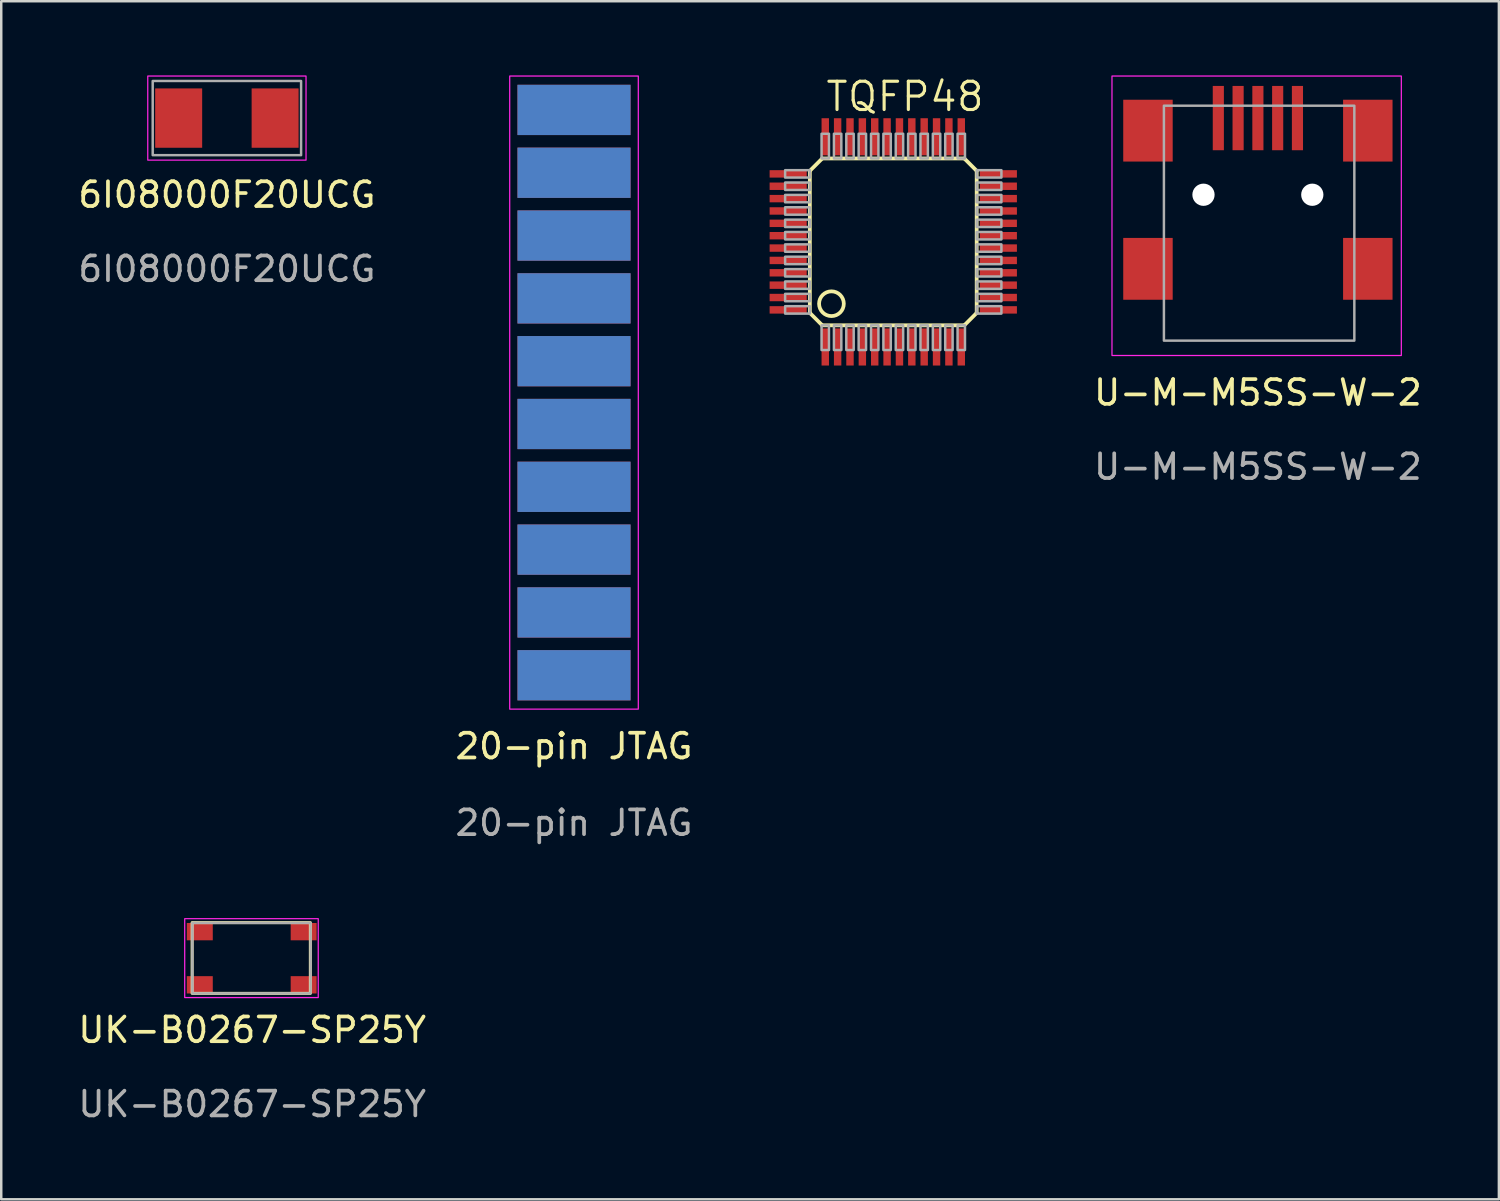
<source format=kicad_pcb>
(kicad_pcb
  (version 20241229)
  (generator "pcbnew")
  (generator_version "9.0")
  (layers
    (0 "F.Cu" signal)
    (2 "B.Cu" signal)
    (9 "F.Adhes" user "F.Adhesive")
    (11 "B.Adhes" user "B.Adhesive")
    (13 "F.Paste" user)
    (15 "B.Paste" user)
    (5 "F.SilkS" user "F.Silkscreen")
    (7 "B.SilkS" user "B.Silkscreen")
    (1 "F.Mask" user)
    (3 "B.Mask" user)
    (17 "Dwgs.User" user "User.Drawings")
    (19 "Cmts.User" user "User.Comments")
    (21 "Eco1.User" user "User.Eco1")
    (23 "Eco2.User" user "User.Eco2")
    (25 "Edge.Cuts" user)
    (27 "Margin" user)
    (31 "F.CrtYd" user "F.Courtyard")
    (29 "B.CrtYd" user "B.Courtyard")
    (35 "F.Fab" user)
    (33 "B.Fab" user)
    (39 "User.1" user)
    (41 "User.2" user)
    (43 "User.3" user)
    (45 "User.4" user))
  (footprint "U-M-M5SS-W-2"
    (layer "F.Cu")
    (at 47.815 1.725)
    (property "Reference" "U-M-M5SS-W-2" (at 0 11.1 0) (unlocked yes) (layer "F.SilkS") (effects (font (size 1 1) (thickness 0.15))))
    (attr smd)
    (fp_rect (start 5.8 9.6) (end -5.9 -1.7) (stroke (width 0.05) (type solid)) (fill no) (layer "F.CrtYd"))
    (fp_rect (start -3.8 -0.5) (end 3.9 9) (stroke (width 0.1) (type solid)) (fill no) (layer "F.Fab"))
    (fp_text user "${REFERENCE}" (at 0 14.1 0) (unlocked yes) (layer "F.Fab") (effects (font (size 1 1) (thickness 0.15))))
    (pad "" np_thru_hole circle (at -2.2 3.1) (size 0.9 0.9) (drill 0.9) (layers "*.Cu" "*.Mask"))
    (pad "" np_thru_hole circle (at 2.2 3.1) (size 0.9 0.9) (drill 0.9) (layers "*.Cu" "*.Mask"))
    (pad "1" smd rect (at -1.6 0) (size 0.45 2.6) (layers "F.Cu" "F.Mask" "F.Paste"))
    (pad "2" smd rect (at -0.8 0) (size 0.45 2.6) (layers "F.Cu" "F.Mask" "F.Paste"))
    (pad "3" smd rect (at 0 0) (size 0.45 2.6) (layers "F.Cu" "F.Mask" "F.Paste"))
    (pad "4" smd rect (at 0.8 0) (size 0.45 2.6) (layers "F.Cu" "F.Mask" "F.Paste"))
    (pad "5" smd rect (at 1.6 0) (size 0.45 2.6) (layers "F.Cu" "F.Mask" "F.Paste"))
    (pad "6" smd rect (at -4.445 0.508) (size 2 2.5) (layers "F.Cu" "F.Mask" "F.Paste"))
    (pad "7" smd rect (at -4.445 6.096) (size 2 2.5) (layers "F.Cu" "F.Mask" "F.Paste"))
    (pad "8" smd rect (at 4.445 0.508) (size 2 2.5) (layers "F.Cu" "F.Mask" "F.Paste"))
    (pad "9" smd rect (at 4.445 6.096) (size 2 2.5) (layers "F.Cu" "F.Mask" "F.Paste")))
  (footprint "20-pin JTAG"
    (layer "F.Cu")
    (at 20.161 12.825)
    (property "Reference" "20-pin JTAG" (at 0 14.3 0) (unlocked yes) (layer "F.SilkS") (effects (font (size 1 1) (thickness 0.15))))
    (attr smd)
    (fp_rect (start -2.6 -12.8) (end 2.6 12.8) (stroke (width 0.05) (type solid)) (fill no) (layer "F.CrtYd"))
    (fp_text user "${REFERENCE}" (at 0 17.4 0) (unlocked yes) (layer "F.Fab") (effects (font (size 1 1) (thickness 0.15))))
    (pad "1" smd rect (at 0 -11.43) (size 4.572 2.033) (layers "F.Mask" "B.Cu" "F.Paste"))
    (pad "2" smd rect (at 0 -11.43) (size 4.572 2.033) (layers "F.Cu" "F.Mask" "F.Paste"))
    (pad "3" smd rect (at 0 -8.89) (size 4.572 2.033) (layers "F.Mask" "B.Cu" "F.Paste"))
    (pad "4" smd rect (at 0 -8.89) (size 4.572 2.033) (layers "F.Cu" "F.Mask" "F.Paste"))
    (pad "5" smd rect (at 0 -6.35) (size 4.572 2.033) (layers "F.Mask" "B.Cu" "F.Paste"))
    (pad "6" smd rect (at 0 -6.35) (size 4.572 2.033) (layers "F.Cu" "F.Mask" "F.Paste"))
    (pad "7" smd rect (at 0 -3.81) (size 4.572 2.033) (layers "F.Mask" "B.Cu" "F.Paste"))
    (pad "8" smd rect (at 0 -3.81) (size 4.572 2.033) (layers "F.Cu" "F.Mask" "F.Paste"))
    (pad "9" smd rect (at 0 -1.27) (size 4.572 2.033) (layers "F.Mask" "B.Cu" "F.Paste"))
    (pad "10" smd rect (at 0 -1.27) (size 4.572 2.033) (layers "F.Cu" "F.Mask" "F.Paste"))
    (pad "11" smd rect (at 0 1.27) (size 4.572 2.033) (layers "F.Mask" "B.Cu" "F.Paste"))
    (pad "12" smd rect (at 0 1.27) (size 4.572 2.033) (layers "F.Cu" "F.Mask" "F.Paste"))
    (pad "13" smd rect (at 0 3.81) (size 4.572 2.033) (layers "F.Mask" "B.Cu" "F.Paste"))
    (pad "14" smd rect (at 0 3.81) (size 4.572 2.033) (layers "F.Cu" "F.Mask" "F.Paste"))
    (pad "15" smd rect (at 0 6.35) (size 4.572 2.033) (layers "F.Mask" "B.Cu" "F.Paste"))
    (pad "16" smd rect (at 0 6.35) (size 4.572 2.033) (layers "F.Cu" "F.Mask" "F.Paste"))
    (pad "17" smd rect (at 0 8.89) (size 4.572 2.033) (layers "F.Mask" "B.Cu" "F.Paste"))
    (pad "18" smd rect (at 0 8.89) (size 4.572 2.033) (layers "F.Cu" "F.Mask" "F.Paste"))
    (pad "19" smd rect (at 0 11.43) (size 4.572 2.033) (layers "F.Mask" "B.Cu" "F.Paste"))
    (pad "20" smd rect (at 0 11.43) (size 4.572 2.033) (layers "F.Cu" "F.Mask" "F.Paste")))
  (footprint "UK-B0267-SP25Y"
    (layer "F.Cu")
    (at 7.129 35.698)
    (property "Reference" "UK-B0267-SP25Y" (at 0.02 2.9 0) (unlocked yes) (layer "F.SilkS") (effects (font (size 1 1) (thickness 0.15))))
    (attr smd)
    (fp_rect (start -2.41 -1.44) (end 2.37 1.42) (stroke (width 0.12) (type solid)) (fill no) (layer "F.SilkS"))
    (fp_rect (start 2.69 -1.6) (end -2.71 1.59) (stroke (width 0.05) (type solid)) (fill no) (layer "F.CrtYd"))
    (fp_rect (start -2.4 -1.43) (end 2.38 1.42) (stroke (width 0.1) (type solid)) (fill no) (layer "F.Fab"))
    (fp_text user "${REFERENCE}" (at 0.02 5.9 0) (unlocked yes) (layer "F.Fab") (effects (font (size 1 1) (thickness 0.15))))
    (pad "1" smd rect (at -2.1 -1.075) (size 1.05 0.7) (layers "F.Cu" "F.Mask" "F.Paste"))
    (pad "2" smd rect (at 2.1 -1.075) (size 1.05 0.7) (layers "F.Cu" "F.Mask" "F.Paste"))
    (pad "3" smd rect (at -2.1 1.075) (size 1.05 0.7) (layers "F.Cu" "F.Mask" "F.Paste"))
    (pad "4" smd rect (at 2.1 1.075) (size 1.05 0.7) (layers "F.Cu" "F.Mask" "F.Paste")))
  (footprint "TQFP48"
    (layer "F.Cu")
    (at 33.071 6.731)
    (property "Reference" "TQFP48" (at -2.794 -5.207 0) (layer "F.SilkS") (effects (font (size 1.143 1.143) (thickness 0.127)) (justify left bottom)))
    (fp_line (start -3.373 -2.873) (end -3.373 2.873) (stroke (width 0.152) (type solid)) (layer "F.SilkS"))
    (fp_line (start -3.373 2.873) (end -2.873 3.373) (stroke (width 0.152) (type solid)) (layer "F.SilkS"))
    (fp_line (start -2.873 -3.373) (end -3.373 -2.873) (stroke (width 0.152) (type solid)) (layer "F.SilkS"))
    (fp_line (start -2.873 3.373) (end 2.873 3.373) (stroke (width 0.152) (type solid)) (layer "F.SilkS"))
    (fp_line (start 2.873 -3.373) (end -2.873 -3.373) (stroke (width 0.152) (type solid)) (layer "F.SilkS"))
    (fp_line (start 2.873 3.373) (end 3.373 2.873) (stroke (width 0.152) (type solid)) (layer "F.SilkS"))
    (fp_line (start 3.373 -2.873) (end 2.873 -3.373) (stroke (width 0.152) (type solid)) (layer "F.SilkS"))
    (fp_line (start 3.373 2.873) (end 3.373 -2.873) (stroke (width 0.152) (type solid)) (layer "F.SilkS"))
    (fp_circle (center -2.5 2.5) (end -2 2.5) (stroke (width 0.152) (type solid)) (fill no) (layer "F.SilkS"))
    (fp_poly (pts (xy -4.373 -2.6) (xy -3.373 -2.6) (xy -3.373 -2.9) (xy -4.373 -2.9)) (stroke (width 0.1) (type solid)) (fill no) (layer "F.Fab"))
    (fp_poly (pts (xy -4.373 -2.1) (xy -3.373 -2.1) (xy -3.373 -2.4) (xy -4.373 -2.4)) (stroke (width 0.1) (type solid)) (fill no) (layer "F.Fab"))
    (fp_poly (pts (xy -4.373 -1.6) (xy -3.373 -1.6) (xy -3.373 -1.9) (xy -4.373 -1.9)) (stroke (width 0.1) (type solid)) (fill no) (layer "F.Fab"))
    (fp_poly (pts (xy -4.373 -1.1) (xy -3.373 -1.1) (xy -3.373 -1.4) (xy -4.373 -1.4)) (stroke (width 0.1) (type solid)) (fill no) (layer "F.Fab"))
    (fp_poly (pts (xy -4.373 -0.6) (xy -3.373 -0.6) (xy -3.373 -0.9) (xy -4.373 -0.9)) (stroke (width 0.1) (type solid)) (fill no) (layer "F.Fab"))
    (fp_poly (pts (xy -4.373 -0.1) (xy -3.373 -0.1) (xy -3.373 -0.4) (xy -4.373 -0.4)) (stroke (width 0.1) (type solid)) (fill no) (layer "F.Fab"))
    (fp_poly (pts (xy -4.373 0.4) (xy -3.373 0.4) (xy -3.373 0.1) (xy -4.373 0.1)) (stroke (width 0.1) (type solid)) (fill no) (layer "F.Fab"))
    (fp_poly (pts (xy -4.373 0.9) (xy -3.373 0.9) (xy -3.373 0.6) (xy -4.373 0.6)) (stroke (width 0.1) (type solid)) (fill no) (layer "F.Fab"))
    (fp_poly (pts (xy -4.373 1.4) (xy -3.373 1.4) (xy -3.373 1.1) (xy -4.373 1.1)) (stroke (width 0.1) (type solid)) (fill no) (layer "F.Fab"))
    (fp_poly (pts (xy -4.373 1.9) (xy -3.373 1.9) (xy -3.373 1.6) (xy -4.373 1.6)) (stroke (width 0.1) (type solid)) (fill no) (layer "F.Fab"))
    (fp_poly (pts (xy -4.373 2.4) (xy -3.373 2.4) (xy -3.373 2.1) (xy -4.373 2.1)) (stroke (width 0.1) (type solid)) (fill no) (layer "F.Fab"))
    (fp_poly (pts (xy -4.373 2.9) (xy -3.373 2.9) (xy -3.373 2.6) (xy -4.373 2.6)) (stroke (width 0.1) (type solid)) (fill no) (layer "F.Fab"))
    (fp_poly (pts (xy -2.9 -3.373) (xy -2.6 -3.373) (xy -2.6 -4.373) (xy -2.9 -4.373)) (stroke (width 0.1) (type solid)) (fill no) (layer "F.Fab"))
    (fp_poly (pts (xy -2.9 4.373) (xy -2.6 4.373) (xy -2.6 3.373) (xy -2.9 3.373)) (stroke (width 0.1) (type solid)) (fill no) (layer "F.Fab"))
    (fp_poly (pts (xy -2.4 -3.373) (xy -2.1 -3.373) (xy -2.1 -4.373) (xy -2.4 -4.373)) (stroke (width 0.1) (type solid)) (fill no) (layer "F.Fab"))
    (fp_poly (pts (xy -2.4 4.373) (xy -2.1 4.373) (xy -2.1 3.373) (xy -2.4 3.373)) (stroke (width 0.1) (type solid)) (fill no) (layer "F.Fab"))
    (fp_poly (pts (xy -1.9 -3.373) (xy -1.6 -3.373) (xy -1.6 -4.373) (xy -1.9 -4.373)) (stroke (width 0.1) (type solid)) (fill no) (layer "F.Fab"))
    (fp_poly (pts (xy -1.9 4.373) (xy -1.6 4.373) (xy -1.6 3.373) (xy -1.9 3.373)) (stroke (width 0.1) (type solid)) (fill no) (layer "F.Fab"))
    (fp_poly (pts (xy -1.4 -3.373) (xy -1.1 -3.373) (xy -1.1 -4.373) (xy -1.4 -4.373)) (stroke (width 0.1) (type solid)) (fill no) (layer "F.Fab"))
    (fp_poly (pts (xy -1.4 4.373) (xy -1.1 4.373) (xy -1.1 3.373) (xy -1.4 3.373)) (stroke (width 0.1) (type solid)) (fill no) (layer "F.Fab"))
    (fp_poly (pts (xy -0.9 -3.373) (xy -0.6 -3.373) (xy -0.6 -4.373) (xy -0.9 -4.373)) (stroke (width 0.1) (type solid)) (fill no) (layer "F.Fab"))
    (fp_poly (pts (xy -0.9 4.373) (xy -0.6 4.373) (xy -0.6 3.373) (xy -0.9 3.373)) (stroke (width 0.1) (type solid)) (fill no) (layer "F.Fab"))
    (fp_poly (pts (xy -0.4 -3.373) (xy -0.1 -3.373) (xy -0.1 -4.373) (xy -0.4 -4.373)) (stroke (width 0.1) (type solid)) (fill no) (layer "F.Fab"))
    (fp_poly (pts (xy -0.4 4.373) (xy -0.1 4.373) (xy -0.1 3.373) (xy -0.4 3.373)) (stroke (width 0.1) (type solid)) (fill no) (layer "F.Fab"))
    (fp_poly (pts (xy 0.1 -3.373) (xy 0.4 -3.373) (xy 0.4 -4.373) (xy 0.1 -4.373)) (stroke (width 0.1) (type solid)) (fill no) (layer "F.Fab"))
    (fp_poly (pts (xy 0.1 4.373) (xy 0.4 4.373) (xy 0.4 3.373) (xy 0.1 3.373)) (stroke (width 0.1) (type solid)) (fill no) (layer "F.Fab"))
    (fp_poly (pts (xy 0.6 -3.373) (xy 0.9 -3.373) (xy 0.9 -4.373) (xy 0.6 -4.373)) (stroke (width 0.1) (type solid)) (fill no) (layer "F.Fab"))
    (fp_poly (pts (xy 0.6 4.373) (xy 0.9 4.373) (xy 0.9 3.373) (xy 0.6 3.373)) (stroke (width 0.1) (type solid)) (fill no) (layer "F.Fab"))
    (fp_poly (pts (xy 1.1 -3.373) (xy 1.4 -3.373) (xy 1.4 -4.373) (xy 1.1 -4.373)) (stroke (width 0.1) (type solid)) (fill no) (layer "F.Fab"))
    (fp_poly (pts (xy 1.1 4.373) (xy 1.4 4.373) (xy 1.4 3.373) (xy 1.1 3.373)) (stroke (width 0.1) (type solid)) (fill no) (layer "F.Fab"))
    (fp_poly (pts (xy 1.6 -3.373) (xy 1.9 -3.373) (xy 1.9 -4.373) (xy 1.6 -4.373)) (stroke (width 0.1) (type solid)) (fill no) (layer "F.Fab"))
    (fp_poly (pts (xy 1.6 4.373) (xy 1.9 4.373) (xy 1.9 3.373) (xy 1.6 3.373)) (stroke (width 0.1) (type solid)) (fill no) (layer "F.Fab"))
    (fp_poly (pts (xy 2.1 -3.373) (xy 2.4 -3.373) (xy 2.4 -4.373) (xy 2.1 -4.373)) (stroke (width 0.1) (type solid)) (fill no) (layer "F.Fab"))
    (fp_poly (pts (xy 2.1 4.373) (xy 2.4 4.373) (xy 2.4 3.373) (xy 2.1 3.373)) (stroke (width 0.1) (type solid)) (fill no) (layer "F.Fab"))
    (fp_poly (pts (xy 2.6 -3.373) (xy 2.9 -3.373) (xy 2.9 -4.373) (xy 2.6 -4.373)) (stroke (width 0.1) (type solid)) (fill no) (layer "F.Fab"))
    (fp_poly (pts (xy 2.6 4.373) (xy 2.9 4.373) (xy 2.9 3.373) (xy 2.6 3.373)) (stroke (width 0.1) (type solid)) (fill no) (layer "F.Fab"))
    (fp_poly (pts (xy 3.373 -2.6) (xy 4.373 -2.6) (xy 4.373 -2.9) (xy 3.373 -2.9)) (stroke (width 0.1) (type solid)) (fill no) (layer "F.Fab"))
    (fp_poly (pts (xy 3.373 -2.1) (xy 4.373 -2.1) (xy 4.373 -2.4) (xy 3.373 -2.4)) (stroke (width 0.1) (type solid)) (fill no) (layer "F.Fab"))
    (fp_poly (pts (xy 3.373 -1.6) (xy 4.373 -1.6) (xy 4.373 -1.9) (xy 3.373 -1.9)) (stroke (width 0.1) (type solid)) (fill no) (layer "F.Fab"))
    (fp_poly (pts (xy 3.373 -1.1) (xy 4.373 -1.1) (xy 4.373 -1.4) (xy 3.373 -1.4)) (stroke (width 0.1) (type solid)) (fill no) (layer "F.Fab"))
    (fp_poly (pts (xy 3.373 -0.6) (xy 4.373 -0.6) (xy 4.373 -0.9) (xy 3.373 -0.9)) (stroke (width 0.1) (type solid)) (fill no) (layer "F.Fab"))
    (fp_poly (pts (xy 3.373 -0.1) (xy 4.373 -0.1) (xy 4.373 -0.4) (xy 3.373 -0.4)) (stroke (width 0.1) (type solid)) (fill no) (layer "F.Fab"))
    (fp_poly (pts (xy 3.373 0.4) (xy 4.373 0.4) (xy 4.373 0.1) (xy 3.373 0.1)) (stroke (width 0.1) (type solid)) (fill no) (layer "F.Fab"))
    (fp_poly (pts (xy 3.373 0.9) (xy 4.373 0.9) (xy 4.373 0.6) (xy 3.373 0.6)) (stroke (width 0.1) (type solid)) (fill no) (layer "F.Fab"))
    (fp_poly (pts (xy 3.373 1.4) (xy 4.373 1.4) (xy 4.373 1.1) (xy 3.373 1.1)) (stroke (width 0.1) (type solid)) (fill no) (layer "F.Fab"))
    (fp_poly (pts (xy 3.373 1.9) (xy 4.373 1.9) (xy 4.373 1.6) (xy 3.373 1.6)) (stroke (width 0.1) (type solid)) (fill no) (layer "F.Fab"))
    (fp_poly (pts (xy 3.373 2.4) (xy 4.373 2.4) (xy 4.373 2.1) (xy 3.373 2.1)) (stroke (width 0.1) (type solid)) (fill no) (layer "F.Fab"))
    (fp_poly (pts (xy 3.373 2.9) (xy 4.373 2.9) (xy 4.373 2.6) (xy 3.373 2.6)) (stroke (width 0.1) (type solid)) (fill no) (layer "F.Fab"))
    (pad "1" smd rect (at -2.75 4.25) (size 0.3 1.5) (layers "F.Cu" "F.Mask" "F.Paste"))
    (pad "2" smd rect (at -2.25 4.25) (size 0.3 1.5) (layers "F.Cu" "F.Mask" "F.Paste"))
    (pad "3" smd rect (at -1.75 4.25) (size 0.3 1.5) (layers "F.Cu" "F.Mask" "F.Paste"))
    (pad "4" smd rect (at -1.25 4.25) (size 0.3 1.5) (layers "F.Cu" "F.Mask" "F.Paste"))
    (pad "5" smd rect (at -0.75 4.25) (size 0.3 1.5) (layers "F.Cu" "F.Mask" "F.Paste"))
    (pad "6" smd rect (at -0.25 4.25) (size 0.3 1.5) (layers "F.Cu" "F.Mask" "F.Paste"))
    (pad "7" smd rect (at 0.25 4.25) (size 0.3 1.5) (layers "F.Cu" "F.Mask" "F.Paste"))
    (pad "8" smd rect (at 0.75 4.25) (size 0.3 1.5) (layers "F.Cu" "F.Mask" "F.Paste"))
    (pad "9" smd rect (at 1.25 4.25) (size 0.3 1.5) (layers "F.Cu" "F.Mask" "F.Paste"))
    (pad "10" smd rect (at 1.75 4.25) (size 0.3 1.5) (layers "F.Cu" "F.Mask" "F.Paste"))
    (pad "11" smd rect (at 2.25 4.25) (size 0.3 1.5) (layers "F.Cu" "F.Mask" "F.Paste"))
    (pad "12" smd rect (at 2.75 4.25) (size 0.3 1.5) (layers "F.Cu" "F.Mask" "F.Paste"))
    (pad "13" smd rect (at 4.25 2.75) (size 1.5 0.3) (layers "F.Cu" "F.Mask" "F.Paste"))
    (pad "14" smd rect (at 4.25 2.25) (size 1.5 0.3) (layers "F.Cu" "F.Mask" "F.Paste"))
    (pad "15" smd rect (at 4.25 1.75) (size 1.5 0.3) (layers "F.Cu" "F.Mask" "F.Paste"))
    (pad "16" smd rect (at 4.25 1.25) (size 1.5 0.3) (layers "F.Cu" "F.Mask" "F.Paste"))
    (pad "17" smd rect (at 4.25 0.75) (size 1.5 0.3) (layers "F.Cu" "F.Mask" "F.Paste"))
    (pad "18" smd rect (at 4.25 0.25) (size 1.5 0.3) (layers "F.Cu" "F.Mask" "F.Paste"))
    (pad "19" smd rect (at 4.25 -0.25) (size 1.5 0.3) (layers "F.Cu" "F.Mask" "F.Paste"))
    (pad "20" smd rect (at 4.25 -0.75) (size 1.5 0.3) (layers "F.Cu" "F.Mask" "F.Paste"))
    (pad "21" smd rect (at 4.25 -1.25) (size 1.5 0.3) (layers "F.Cu" "F.Mask" "F.Paste"))
    (pad "22" smd rect (at 4.25 -1.75) (size 1.5 0.3) (layers "F.Cu" "F.Mask" "F.Paste"))
    (pad "23" smd rect (at 4.25 -2.25) (size 1.5 0.3) (layers "F.Cu" "F.Mask" "F.Paste"))
    (pad "24" smd rect (at 4.25 -2.75) (size 1.5 0.3) (layers "F.Cu" "F.Mask" "F.Paste"))
    (pad "25" smd rect (at 2.75 -4.25) (size 0.3 1.5) (layers "F.Cu" "F.Mask" "F.Paste"))
    (pad "26" smd rect (at 2.25 -4.25) (size 0.3 1.5) (layers "F.Cu" "F.Mask" "F.Paste"))
    (pad "27" smd rect (at 1.75 -4.25) (size 0.3 1.5) (layers "F.Cu" "F.Mask" "F.Paste"))
    (pad "28" smd rect (at 1.25 -4.25) (size 0.3 1.5) (layers "F.Cu" "F.Mask" "F.Paste"))
    (pad "29" smd rect (at 0.75 -4.25) (size 0.3 1.5) (layers "F.Cu" "F.Mask" "F.Paste"))
    (pad "30" smd rect (at 0.25 -4.25) (size 0.3 1.5) (layers "F.Cu" "F.Mask" "F.Paste"))
    (pad "31" smd rect (at -0.25 -4.25) (size 0.3 1.5) (layers "F.Cu" "F.Mask" "F.Paste"))
    (pad "32" smd rect (at -0.75 -4.25) (size 0.3 1.5) (layers "F.Cu" "F.Mask" "F.Paste"))
    (pad "33" smd rect (at -1.25 -4.25) (size 0.3 1.5) (layers "F.Cu" "F.Mask" "F.Paste"))
    (pad "34" smd rect (at -1.75 -4.25) (size 0.3 1.5) (layers "F.Cu" "F.Mask" "F.Paste"))
    (pad "35" smd rect (at -2.25 -4.25) (size 0.3 1.5) (layers "F.Cu" "F.Mask" "F.Paste"))
    (pad "36" smd rect (at -2.75 -4.25) (size 0.3 1.5) (layers "F.Cu" "F.Mask" "F.Paste"))
    (pad "37" smd rect (at -4.25 -2.75) (size 1.5 0.3) (layers "F.Cu" "F.Mask" "F.Paste"))
    (pad "38" smd rect (at -4.25 -2.25) (size 1.5 0.3) (layers "F.Cu" "F.Mask" "F.Paste"))
    (pad "39" smd rect (at -4.25 -1.75) (size 1.5 0.3) (layers "F.Cu" "F.Mask" "F.Paste"))
    (pad "40" smd rect (at -4.25 -1.25) (size 1.5 0.3) (layers "F.Cu" "F.Mask" "F.Paste"))
    (pad "41" smd rect (at -4.25 -0.75) (size 1.5 0.3) (layers "F.Cu" "F.Mask" "F.Paste"))
    (pad "42" smd rect (at -4.25 -0.25) (size 1.5 0.3) (layers "F.Cu" "F.Mask" "F.Paste"))
    (pad "43" smd rect (at -4.25 0.25) (size 1.5 0.3) (layers "F.Cu" "F.Mask" "F.Paste"))
    (pad "44" smd rect (at -4.25 0.75) (size 1.5 0.3) (layers "F.Cu" "F.Mask" "F.Paste"))
    (pad "45" smd rect (at -4.25 1.25) (size 1.5 0.3) (layers "F.Cu" "F.Mask" "F.Paste"))
    (pad "46" smd rect (at -4.25 1.75) (size 1.5 0.3) (layers "F.Cu" "F.Mask" "F.Paste"))
    (pad "47" smd rect (at -4.25 2.25) (size 1.5 0.3) (layers "F.Cu" "F.Mask" "F.Paste"))
    (pad "48" smd rect (at -4.25 2.75) (size 1.5 0.3) (layers "F.Cu" "F.Mask" "F.Paste")))
  (footprint "6I08000F20UCG"
    (layer "F.Cu")
    (at 6.125 1.725)
    (property "Reference" "6I08000F20UCG" (at 0 3.1 0) (unlocked yes) (layer "F.SilkS") (effects (font (size 1 1) (thickness 0.15))))
    (attr smd)
    (fp_rect (start 3.2 -1.7) (end -3.2 1.7) (stroke (width 0.05) (type solid)) (fill no) (layer "F.CrtYd"))
    (fp_rect (start 3 -1.5) (end -3 1.5) (stroke (width 0.1) (type solid)) (fill no) (layer "F.Fab"))
    (fp_text user "${REFERENCE}" (at 0 6.1 0) (unlocked yes) (layer "F.Fab") (effects (font (size 1 1) (thickness 0.15))))
    (pad "1" smd rect (at -1.95 0) (size 1.9 2.4) (layers "F.Cu" "F.Mask" "F.Paste"))
    (pad "2" smd rect (at 1.95 0) (size 1.9 2.4) (layers "F.Cu" "F.Mask" "F.Paste")))
  (gr_rect
    (start -3 -3)
    (end 57.56 45.447)
    (stroke (width 0.1) (type default))
    (fill no)
    (layer "Edge.Cuts")))
</source>
